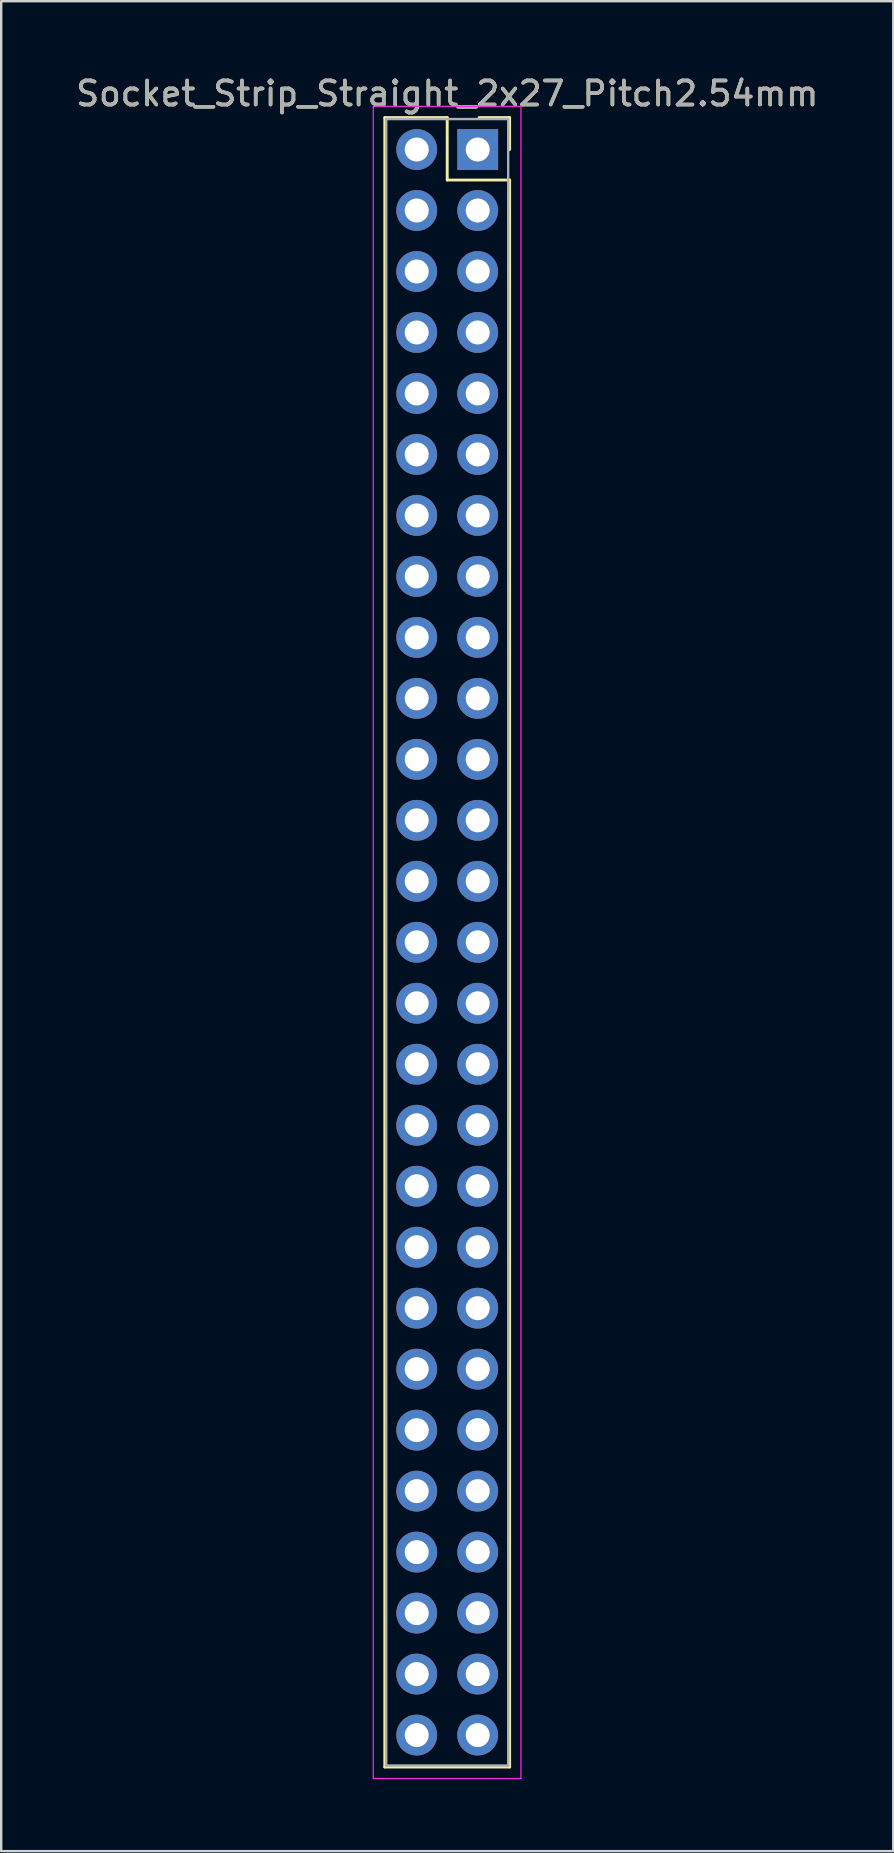
<source format=kicad_pcb>
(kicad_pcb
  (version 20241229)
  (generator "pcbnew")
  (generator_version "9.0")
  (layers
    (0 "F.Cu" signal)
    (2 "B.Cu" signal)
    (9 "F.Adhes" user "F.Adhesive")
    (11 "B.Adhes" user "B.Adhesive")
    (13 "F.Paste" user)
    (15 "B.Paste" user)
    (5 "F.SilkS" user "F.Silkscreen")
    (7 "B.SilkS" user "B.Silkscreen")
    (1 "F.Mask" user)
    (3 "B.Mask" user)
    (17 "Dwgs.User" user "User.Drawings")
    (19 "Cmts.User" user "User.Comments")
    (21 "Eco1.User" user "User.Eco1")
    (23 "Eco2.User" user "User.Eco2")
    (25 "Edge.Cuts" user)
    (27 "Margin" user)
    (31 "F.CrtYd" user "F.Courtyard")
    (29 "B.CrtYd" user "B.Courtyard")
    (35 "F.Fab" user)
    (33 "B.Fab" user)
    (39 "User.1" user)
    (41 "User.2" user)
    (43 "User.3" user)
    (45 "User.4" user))
  (footprint "Socket_Strip_Straight_2x27_Pitch2.54mm"
    (layer "F.Cu")
    (at 16.847 3.178)
    (property "Reference" "Socket_Strip_Straight_2x27_Pitch2.54mm" (at -1.27 -2.33 0) (layer "F.SilkS") (effects (font (size 1 1) (thickness 0.15))))
    (attr through_hole)
    (fp_line (start -3.87 -1.33) (end -1.27 -1.33) (stroke (width 0.12) (type solid)) (layer "F.SilkS"))
    (fp_line (start -3.87 67.37) (end -3.87 -1.33) (stroke (width 0.12) (type solid)) (layer "F.SilkS"))
    (fp_line (start -1.27 -1.33) (end -1.27 1.27) (stroke (width 0.12) (type solid)) (layer "F.SilkS"))
    (fp_line (start -1.27 1.27) (end 1.33 1.27) (stroke (width 0.12) (type solid)) (layer "F.SilkS"))
    (fp_line (start 1.33 -1.33) (end 0.06 -1.33) (stroke (width 0.12) (type solid)) (layer "F.SilkS"))
    (fp_line (start 1.33 0) (end 1.33 -1.33) (stroke (width 0.12) (type solid)) (layer "F.SilkS"))
    (fp_line (start 1.33 1.27) (end 1.33 67.37) (stroke (width 0.12) (type solid)) (layer "F.SilkS"))
    (fp_line (start 1.33 67.37) (end -3.87 67.37) (stroke (width 0.12) (type solid)) (layer "F.SilkS"))
    (fp_line (start -4.35 -1.8) (end -4.35 67.85) (stroke (width 0.05) (type solid)) (layer "F.CrtYd"))
    (fp_line (start -4.35 67.85) (end 1.8 67.85) (stroke (width 0.05) (type solid)) (layer "F.CrtYd"))
    (fp_line (start 1.8 -1.8) (end -4.35 -1.8) (stroke (width 0.05) (type solid)) (layer "F.CrtYd"))
    (fp_line (start 1.8 67.85) (end 1.8 -1.8) (stroke (width 0.05) (type solid)) (layer "F.CrtYd"))
    (fp_line (start -3.81 -1.27) (end -3.81 67.31) (stroke (width 0.1) (type solid)) (layer "F.Fab"))
    (fp_line (start -3.81 67.31) (end 1.27 67.31) (stroke (width 0.1) (type solid)) (layer "F.Fab"))
    (fp_line (start 1.27 -1.27) (end -3.81 -1.27) (stroke (width 0.1) (type solid)) (layer "F.Fab"))
    (fp_line (start 1.27 67.31) (end 1.27 -1.27) (stroke (width 0.1) (type solid)) (layer "F.Fab"))
    (fp_text user "${REFERENCE}" (at -1.27 -2.33 0) (layer "F.Fab") (effects (font (size 1 1) (thickness 0.15))))
    (pad "1" thru_hole rect (at 0 0) (size 1.7 1.7) (drill 1) (layers "*.Cu" "*.Mask"))
    (pad "2" thru_hole oval (at -2.54 0) (size 1.7 1.7) (drill 1) (layers "*.Cu" "*.Mask"))
    (pad "3" thru_hole oval (at 0 2.54) (size 1.7 1.7) (drill 1) (layers "*.Cu" "*.Mask"))
    (pad "4" thru_hole oval (at -2.54 2.54) (size 1.7 1.7) (drill 1) (layers "*.Cu" "*.Mask"))
    (pad "5" thru_hole oval (at 0 5.08) (size 1.7 1.7) (drill 1) (layers "*.Cu" "*.Mask"))
    (pad "6" thru_hole oval (at -2.54 5.08) (size 1.7 1.7) (drill 1) (layers "*.Cu" "*.Mask"))
    (pad "7" thru_hole oval (at 0 7.62) (size 1.7 1.7) (drill 1) (layers "*.Cu" "*.Mask"))
    (pad "8" thru_hole oval (at -2.54 7.62) (size 1.7 1.7) (drill 1) (layers "*.Cu" "*.Mask"))
    (pad "9" thru_hole oval (at 0 10.16) (size 1.7 1.7) (drill 1) (layers "*.Cu" "*.Mask"))
    (pad "10" thru_hole oval (at -2.54 10.16) (size 1.7 1.7) (drill 1) (layers "*.Cu" "*.Mask"))
    (pad "11" thru_hole oval (at 0 12.7) (size 1.7 1.7) (drill 1) (layers "*.Cu" "*.Mask"))
    (pad "12" thru_hole oval (at -2.54 12.7) (size 1.7 1.7) (drill 1) (layers "*.Cu" "*.Mask"))
    (pad "13" thru_hole oval (at 0 15.24) (size 1.7 1.7) (drill 1) (layers "*.Cu" "*.Mask"))
    (pad "14" thru_hole oval (at -2.54 15.24) (size 1.7 1.7) (drill 1) (layers "*.Cu" "*.Mask"))
    (pad "15" thru_hole oval (at 0 17.78) (size 1.7 1.7) (drill 1) (layers "*.Cu" "*.Mask"))
    (pad "16" thru_hole oval (at -2.54 17.78) (size 1.7 1.7) (drill 1) (layers "*.Cu" "*.Mask"))
    (pad "17" thru_hole oval (at 0 20.32) (size 1.7 1.7) (drill 1) (layers "*.Cu" "*.Mask"))
    (pad "18" thru_hole oval (at -2.54 20.32) (size 1.7 1.7) (drill 1) (layers "*.Cu" "*.Mask"))
    (pad "19" thru_hole oval (at 0 22.86) (size 1.7 1.7) (drill 1) (layers "*.Cu" "*.Mask"))
    (pad "20" thru_hole oval (at -2.54 22.86) (size 1.7 1.7) (drill 1) (layers "*.Cu" "*.Mask"))
    (pad "21" thru_hole oval (at 0 25.4) (size 1.7 1.7) (drill 1) (layers "*.Cu" "*.Mask"))
    (pad "22" thru_hole oval (at -2.54 25.4) (size 1.7 1.7) (drill 1) (layers "*.Cu" "*.Mask"))
    (pad "23" thru_hole oval (at 0 27.94) (size 1.7 1.7) (drill 1) (layers "*.Cu" "*.Mask"))
    (pad "24" thru_hole oval (at -2.54 27.94) (size 1.7 1.7) (drill 1) (layers "*.Cu" "*.Mask"))
    (pad "25" thru_hole oval (at 0 30.48) (size 1.7 1.7) (drill 1) (layers "*.Cu" "*.Mask"))
    (pad "26" thru_hole oval (at -2.54 30.48) (size 1.7 1.7) (drill 1) (layers "*.Cu" "*.Mask"))
    (pad "27" thru_hole oval (at 0 33.02) (size 1.7 1.7) (drill 1) (layers "*.Cu" "*.Mask"))
    (pad "28" thru_hole oval (at -2.54 33.02) (size 1.7 1.7) (drill 1) (layers "*.Cu" "*.Mask"))
    (pad "29" thru_hole oval (at 0 35.56) (size 1.7 1.7) (drill 1) (layers "*.Cu" "*.Mask"))
    (pad "30" thru_hole oval (at -2.54 35.56) (size 1.7 1.7) (drill 1) (layers "*.Cu" "*.Mask"))
    (pad "31" thru_hole oval (at 0 38.1) (size 1.7 1.7) (drill 1) (layers "*.Cu" "*.Mask"))
    (pad "32" thru_hole oval (at -2.54 38.1) (size 1.7 1.7) (drill 1) (layers "*.Cu" "*.Mask"))
    (pad "33" thru_hole oval (at 0 40.64) (size 1.7 1.7) (drill 1) (layers "*.Cu" "*.Mask"))
    (pad "34" thru_hole oval (at -2.54 40.64) (size 1.7 1.7) (drill 1) (layers "*.Cu" "*.Mask"))
    (pad "35" thru_hole oval (at 0 43.18) (size 1.7 1.7) (drill 1) (layers "*.Cu" "*.Mask"))
    (pad "36" thru_hole oval (at -2.54 43.18) (size 1.7 1.7) (drill 1) (layers "*.Cu" "*.Mask"))
    (pad "37" thru_hole oval (at 0 45.72) (size 1.7 1.7) (drill 1) (layers "*.Cu" "*.Mask"))
    (pad "38" thru_hole oval (at -2.54 45.72) (size 1.7 1.7) (drill 1) (layers "*.Cu" "*.Mask"))
    (pad "39" thru_hole oval (at 0 48.26) (size 1.7 1.7) (drill 1) (layers "*.Cu" "*.Mask"))
    (pad "40" thru_hole oval (at -2.54 48.26) (size 1.7 1.7) (drill 1) (layers "*.Cu" "*.Mask"))
    (pad "41" thru_hole oval (at 0 50.8) (size 1.7 1.7) (drill 1) (layers "*.Cu" "*.Mask"))
    (pad "42" thru_hole oval (at -2.54 50.8) (size 1.7 1.7) (drill 1) (layers "*.Cu" "*.Mask"))
    (pad "43" thru_hole oval (at 0 53.34) (size 1.7 1.7) (drill 1) (layers "*.Cu" "*.Mask"))
    (pad "44" thru_hole oval (at -2.54 53.34) (size 1.7 1.7) (drill 1) (layers "*.Cu" "*.Mask"))
    (pad "45" thru_hole oval (at 0 55.88) (size 1.7 1.7) (drill 1) (layers "*.Cu" "*.Mask"))
    (pad "46" thru_hole oval (at -2.54 55.88) (size 1.7 1.7) (drill 1) (layers "*.Cu" "*.Mask"))
    (pad "47" thru_hole oval (at 0 58.42) (size 1.7 1.7) (drill 1) (layers "*.Cu" "*.Mask"))
    (pad "48" thru_hole oval (at -2.54 58.42) (size 1.7 1.7) (drill 1) (layers "*.Cu" "*.Mask"))
    (pad "49" thru_hole oval (at 0 60.96) (size 1.7 1.7) (drill 1) (layers "*.Cu" "*.Mask"))
    (pad "50" thru_hole oval (at -2.54 60.96) (size 1.7 1.7) (drill 1) (layers "*.Cu" "*.Mask"))
    (pad "51" thru_hole oval (at 0 63.5) (size 1.7 1.7) (drill 1) (layers "*.Cu" "*.Mask"))
    (pad "52" thru_hole oval (at -2.54 63.5) (size 1.7 1.7) (drill 1) (layers "*.Cu" "*.Mask"))
    (pad "53" thru_hole oval (at 0 66.04) (size 1.7 1.7) (drill 1) (layers "*.Cu" "*.Mask"))
    (pad "54" thru_hole oval (at -2.54 66.04) (size 1.7 1.7) (drill 1) (layers "*.Cu" "*.Mask")))
  (gr_rect
    (start -3 -3)
    (end 34.155 74.053)
    (stroke (width 0.1) (type default))
    (fill no)
    (layer "Edge.Cuts")))
</source>
